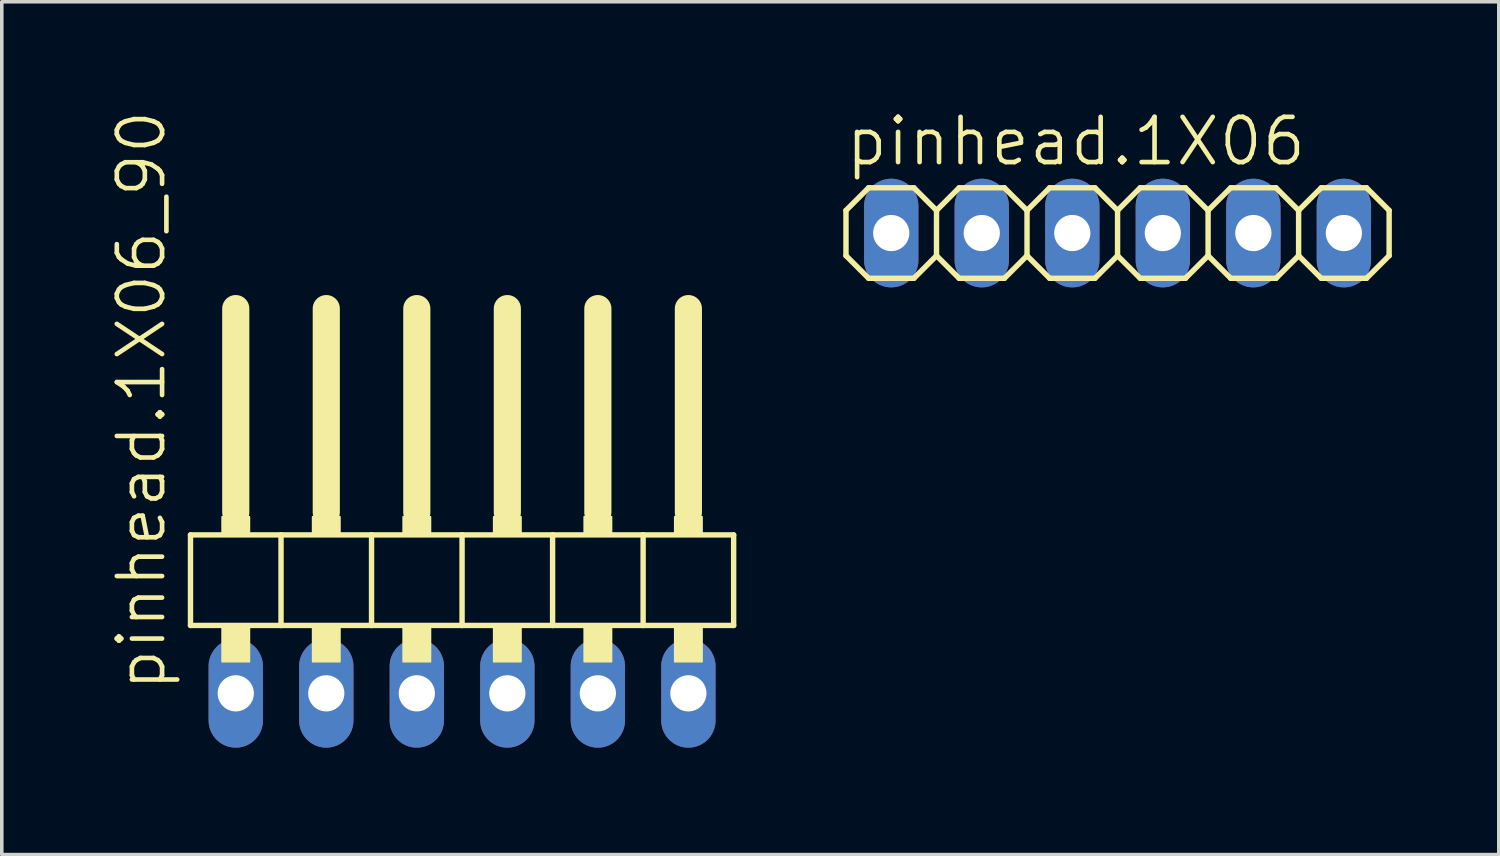
<source format=kicad_pcb>
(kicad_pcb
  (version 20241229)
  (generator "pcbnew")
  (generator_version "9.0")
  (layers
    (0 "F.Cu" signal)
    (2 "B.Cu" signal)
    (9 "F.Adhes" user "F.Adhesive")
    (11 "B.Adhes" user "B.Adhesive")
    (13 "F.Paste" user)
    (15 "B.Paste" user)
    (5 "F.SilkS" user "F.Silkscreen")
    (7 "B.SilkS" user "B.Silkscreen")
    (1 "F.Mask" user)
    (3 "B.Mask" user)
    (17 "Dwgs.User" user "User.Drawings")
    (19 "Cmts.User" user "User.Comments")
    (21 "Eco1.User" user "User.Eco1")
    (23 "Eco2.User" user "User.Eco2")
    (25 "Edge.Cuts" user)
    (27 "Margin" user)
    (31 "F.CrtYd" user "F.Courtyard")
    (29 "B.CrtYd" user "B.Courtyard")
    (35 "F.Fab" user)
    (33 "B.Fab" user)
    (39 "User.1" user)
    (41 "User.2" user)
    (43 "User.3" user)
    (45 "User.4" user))
  (footprint "pinhead.1X06_90"
    (layer "F.Cu")
    (at 9.915 12.594)
    (property "Reference" "pinhead.1X06_90" (at -8.255 3.81 90) (layer "F.SilkS") (effects (font (size 1.27 1.27) (thickness 0.13)) (justify left bottom)))
    (attr through_hole)
    (fp_line (start -7.62 -0.635) (end -7.62 1.905) (stroke (width 0.152) (type default)) (layer "F.SilkS"))
    (fp_line (start -7.62 1.905) (end -5.08 1.905) (stroke (width 0.152) (type default)) (layer "F.SilkS"))
    (fp_line (start -6.35 -6.985) (end -6.35 -1.27) (stroke (width 0.762) (type default)) (layer "F.SilkS"))
    (fp_line (start -5.08 -0.635) (end -7.62 -0.635) (stroke (width 0.152) (type default)) (layer "F.SilkS"))
    (fp_line (start -5.08 1.905) (end -5.08 -0.635) (stroke (width 0.152) (type default)) (layer "F.SilkS"))
    (fp_line (start -5.08 1.905) (end -2.54 1.905) (stroke (width 0.152) (type default)) (layer "F.SilkS"))
    (fp_line (start -3.81 -6.985) (end -3.81 -1.27) (stroke (width 0.762) (type default)) (layer "F.SilkS"))
    (fp_line (start -2.54 -0.635) (end -5.08 -0.635) (stroke (width 0.152) (type default)) (layer "F.SilkS"))
    (fp_line (start -2.54 1.905) (end -2.54 -0.635) (stroke (width 0.152) (type default)) (layer "F.SilkS"))
    (fp_line (start -2.54 1.905) (end 0 1.905) (stroke (width 0.152) (type default)) (layer "F.SilkS"))
    (fp_line (start -1.27 -6.985) (end -1.27 -1.27) (stroke (width 0.762) (type default)) (layer "F.SilkS"))
    (fp_line (start 0 -0.635) (end -2.54 -0.635) (stroke (width 0.152) (type default)) (layer "F.SilkS"))
    (fp_line (start 0 1.905) (end 0 -0.635) (stroke (width 0.152) (type default)) (layer "F.SilkS"))
    (fp_line (start 0 1.905) (end 2.54 1.905) (stroke (width 0.152) (type default)) (layer "F.SilkS"))
    (fp_line (start 1.27 -6.985) (end 1.27 -1.27) (stroke (width 0.762) (type default)) (layer "F.SilkS"))
    (fp_line (start 2.54 -0.635) (end 0 -0.635) (stroke (width 0.152) (type default)) (layer "F.SilkS"))
    (fp_line (start 2.54 1.905) (end 2.54 -0.635) (stroke (width 0.152) (type default)) (layer "F.SilkS"))
    (fp_line (start 2.54 1.905) (end 5.08 1.905) (stroke (width 0.152) (type default)) (layer "F.SilkS"))
    (fp_line (start 3.81 -6.985) (end 3.81 -1.27) (stroke (width 0.762) (type default)) (layer "F.SilkS"))
    (fp_line (start 5.08 -0.635) (end 2.54 -0.635) (stroke (width 0.152) (type default)) (layer "F.SilkS"))
    (fp_line (start 5.08 1.905) (end 5.08 -0.635) (stroke (width 0.152) (type default)) (layer "F.SilkS"))
    (fp_line (start 5.08 1.905) (end 7.62 1.905) (stroke (width 0.152) (type default)) (layer "F.SilkS"))
    (fp_line (start 6.35 -6.985) (end 6.35 -1.27) (stroke (width 0.762) (type default)) (layer "F.SilkS"))
    (fp_line (start 7.62 -0.635) (end 5.08 -0.635) (stroke (width 0.152) (type default)) (layer "F.SilkS"))
    (fp_line (start 7.62 1.905) (end 7.62 -0.635) (stroke (width 0.152) (type default)) (layer "F.SilkS"))
    (fp_rect (start -6.731 -0.635) (end -5.969 -1.143) (stroke (width 0.05) (type default)) (fill yes) (layer "F.SilkS"))
    (fp_rect (start -6.731 2.921) (end -5.969 1.905) (stroke (width 0.05) (type default)) (fill yes) (layer "F.SilkS"))
    (fp_rect (start -4.191 -0.635) (end -3.429 -1.143) (stroke (width 0.05) (type default)) (fill yes) (layer "F.SilkS"))
    (fp_rect (start -4.191 2.921) (end -3.429 1.905) (stroke (width 0.05) (type default)) (fill yes) (layer "F.SilkS"))
    (fp_rect (start -1.651 -0.635) (end -0.889 -1.143) (stroke (width 0.05) (type default)) (fill yes) (layer "F.SilkS"))
    (fp_rect (start -1.651 2.921) (end -0.889 1.905) (stroke (width 0.05) (type default)) (fill yes) (layer "F.SilkS"))
    (fp_rect (start 0.889 -0.635) (end 1.651 -1.143) (stroke (width 0.05) (type default)) (fill yes) (layer "F.SilkS"))
    (fp_rect (start 0.889 2.921) (end 1.651 1.905) (stroke (width 0.05) (type default)) (fill yes) (layer "F.SilkS"))
    (fp_rect (start 3.429 -0.635) (end 4.191 -1.143) (stroke (width 0.05) (type default)) (fill yes) (layer "F.SilkS"))
    (fp_rect (start 3.429 2.921) (end 4.191 1.905) (stroke (width 0.05) (type default)) (fill yes) (layer "F.SilkS"))
    (fp_rect (start 5.969 -0.635) (end 6.731 -1.143) (stroke (width 0.05) (type default)) (fill yes) (layer "F.SilkS"))
    (fp_rect (start 5.969 2.921) (end 6.731 1.905) (stroke (width 0.05) (type default)) (fill yes) (layer "F.SilkS"))
    (pad "1" thru_hole oval (at -6.35 3.81 90) (size 3.048 1.524) (drill 1.016) (layers "*.Cu" "*.Mask"))
    (pad "2" thru_hole oval (at -3.81 3.81 90) (size 3.048 1.524) (drill 1.016) (layers "*.Cu" "*.Mask"))
    (pad "3" thru_hole oval (at -1.27 3.81 90) (size 3.048 1.524) (drill 1.016) (layers "*.Cu" "*.Mask"))
    (pad "4" thru_hole oval (at 1.27 3.81 90) (size 3.048 1.524) (drill 1.016) (layers "*.Cu" "*.Mask"))
    (pad "5" thru_hole oval (at 3.81 3.81 90) (size 3.048 1.524) (drill 1.016) (layers "*.Cu" "*.Mask"))
    (pad "6" thru_hole oval (at 6.35 3.81 90) (size 3.048 1.524) (drill 1.016) (layers "*.Cu" "*.Mask")))
  (footprint "pinhead.1X06"
    (layer "F.Cu")
    (at 28.307 3.489)
    (property "Reference" "pinhead.1X06" (at -7.696 -1.829 0) (layer "F.SilkS") (effects (font (size 1.27 1.27) (thickness 0.13)) (justify left bottom)))
    (attr through_hole)
    (fp_line (start -7.62 -0.635) (end -7.62 0.635) (stroke (width 0.152) (type default)) (layer "F.SilkS"))
    (fp_line (start -7.62 0.635) (end -6.985 1.27) (stroke (width 0.152) (type default)) (layer "F.SilkS"))
    (fp_line (start -6.985 -1.27) (end -7.62 -0.635) (stroke (width 0.152) (type default)) (layer "F.SilkS"))
    (fp_line (start -6.985 -1.27) (end -5.715 -1.27) (stroke (width 0.152) (type default)) (layer "F.SilkS"))
    (fp_line (start -5.715 -1.27) (end -5.08 -0.635) (stroke (width 0.152) (type default)) (layer "F.SilkS"))
    (fp_line (start -5.715 1.27) (end -6.985 1.27) (stroke (width 0.152) (type default)) (layer "F.SilkS"))
    (fp_line (start -5.08 -0.635) (end -5.08 0.635) (stroke (width 0.152) (type default)) (layer "F.SilkS"))
    (fp_line (start -5.08 -0.635) (end -4.445 -1.27) (stroke (width 0.152) (type default)) (layer "F.SilkS"))
    (fp_line (start -5.08 0.635) (end -5.715 1.27) (stroke (width 0.152) (type default)) (layer "F.SilkS"))
    (fp_line (start -4.445 -1.27) (end -3.175 -1.27) (stroke (width 0.152) (type default)) (layer "F.SilkS"))
    (fp_line (start -4.445 1.27) (end -5.08 0.635) (stroke (width 0.152) (type default)) (layer "F.SilkS"))
    (fp_line (start -3.175 -1.27) (end -2.54 -0.635) (stroke (width 0.152) (type default)) (layer "F.SilkS"))
    (fp_line (start -3.175 1.27) (end -4.445 1.27) (stroke (width 0.152) (type default)) (layer "F.SilkS"))
    (fp_line (start -2.54 -0.635) (end -2.54 0.635) (stroke (width 0.152) (type default)) (layer "F.SilkS"))
    (fp_line (start -2.54 -0.635) (end -1.905 -1.27) (stroke (width 0.152) (type default)) (layer "F.SilkS"))
    (fp_line (start -2.54 0.635) (end -3.175 1.27) (stroke (width 0.152) (type default)) (layer "F.SilkS"))
    (fp_line (start -1.905 -1.27) (end -0.635 -1.27) (stroke (width 0.152) (type default)) (layer "F.SilkS"))
    (fp_line (start -1.905 1.27) (end -2.54 0.635) (stroke (width 0.152) (type default)) (layer "F.SilkS"))
    (fp_line (start -0.635 -1.27) (end 0 -0.635) (stroke (width 0.152) (type default)) (layer "F.SilkS"))
    (fp_line (start -0.635 1.27) (end -1.905 1.27) (stroke (width 0.152) (type default)) (layer "F.SilkS"))
    (fp_line (start 0 -0.635) (end 0 0.635) (stroke (width 0.152) (type default)) (layer "F.SilkS"))
    (fp_line (start 0 0.635) (end -0.635 1.27) (stroke (width 0.152) (type default)) (layer "F.SilkS"))
    (fp_line (start 0 0.635) (end 0.635 1.27) (stroke (width 0.152) (type default)) (layer "F.SilkS"))
    (fp_line (start 0.635 -1.27) (end 0 -0.635) (stroke (width 0.152) (type default)) (layer "F.SilkS"))
    (fp_line (start 0.635 -1.27) (end 1.905 -1.27) (stroke (width 0.152) (type default)) (layer "F.SilkS"))
    (fp_line (start 1.905 -1.27) (end 2.54 -0.635) (stroke (width 0.152) (type default)) (layer "F.SilkS"))
    (fp_line (start 1.905 1.27) (end 0.635 1.27) (stroke (width 0.152) (type default)) (layer "F.SilkS"))
    (fp_line (start 2.54 -0.635) (end 2.54 0.635) (stroke (width 0.152) (type default)) (layer "F.SilkS"))
    (fp_line (start 2.54 -0.635) (end 3.175 -1.27) (stroke (width 0.152) (type default)) (layer "F.SilkS"))
    (fp_line (start 2.54 0.635) (end 1.905 1.27) (stroke (width 0.152) (type default)) (layer "F.SilkS"))
    (fp_line (start 3.175 -1.27) (end 4.445 -1.27) (stroke (width 0.152) (type default)) (layer "F.SilkS"))
    (fp_line (start 3.175 1.27) (end 2.54 0.635) (stroke (width 0.152) (type default)) (layer "F.SilkS"))
    (fp_line (start 4.445 -1.27) (end 5.08 -0.635) (stroke (width 0.152) (type default)) (layer "F.SilkS"))
    (fp_line (start 4.445 1.27) (end 3.175 1.27) (stroke (width 0.152) (type default)) (layer "F.SilkS"))
    (fp_line (start 5.08 -0.635) (end 5.08 0.635) (stroke (width 0.152) (type default)) (layer "F.SilkS"))
    (fp_line (start 5.08 0.635) (end 4.445 1.27) (stroke (width 0.152) (type default)) (layer "F.SilkS"))
    (fp_line (start 5.08 0.635) (end 5.715 1.27) (stroke (width 0.152) (type default)) (layer "F.SilkS"))
    (fp_line (start 5.715 -1.27) (end 5.08 -0.635) (stroke (width 0.152) (type default)) (layer "F.SilkS"))
    (fp_line (start 5.715 -1.27) (end 6.985 -1.27) (stroke (width 0.152) (type default)) (layer "F.SilkS"))
    (fp_line (start 6.985 -1.27) (end 7.62 -0.635) (stroke (width 0.152) (type default)) (layer "F.SilkS"))
    (fp_line (start 6.985 1.27) (end 5.715 1.27) (stroke (width 0.152) (type default)) (layer "F.SilkS"))
    (fp_line (start 7.62 -0.635) (end 7.62 0.635) (stroke (width 0.152) (type default)) (layer "F.SilkS"))
    (fp_line (start 7.62 0.635) (end 6.985 1.27) (stroke (width 0.152) (type default)) (layer "F.SilkS"))
    (fp_rect (start -6.604 0.254) (end -6.096 -0.254) (stroke (width 0.05) (type default)) (fill no) (layer "F.Fab"))
    (fp_rect (start -4.064 0.254) (end -3.556 -0.254) (stroke (width 0.05) (type default)) (fill no) (layer "F.Fab"))
    (fp_rect (start -1.524 0.254) (end -1.016 -0.254) (stroke (width 0.05) (type default)) (fill no) (layer "F.Fab"))
    (fp_rect (start 1.016 0.254) (end 1.524 -0.254) (stroke (width 0.05) (type default)) (fill no) (layer "F.Fab"))
    (fp_rect (start 3.556 0.254) (end 4.064 -0.254) (stroke (width 0.05) (type default)) (fill no) (layer "F.Fab"))
    (fp_rect (start 6.096 0.254) (end 6.604 -0.254) (stroke (width 0.05) (type default)) (fill no) (layer "F.Fab"))
    (pad "1" thru_hole oval (at -6.35 0 90) (size 3.048 1.524) (drill 1.016) (layers "*.Cu" "*.Mask"))
    (pad "2" thru_hole oval (at -3.81 0 90) (size 3.048 1.524) (drill 1.016) (layers "*.Cu" "*.Mask"))
    (pad "3" thru_hole oval (at -1.27 0 90) (size 3.048 1.524) (drill 1.016) (layers "*.Cu" "*.Mask"))
    (pad "4" thru_hole oval (at 1.27 0 90) (size 3.048 1.524) (drill 1.016) (layers "*.Cu" "*.Mask"))
    (pad "5" thru_hole oval (at 3.81 0 90) (size 3.048 1.524) (drill 1.016) (layers "*.Cu" "*.Mask"))
    (pad "6" thru_hole oval (at 6.35 0 90) (size 3.048 1.524) (drill 1.016) (layers "*.Cu" "*.Mask")))
  (gr_rect
    (start -3 -3)
    (end 39.004 20.928)
    (stroke (width 0.1) (type default))
    (fill no)
    (layer "Edge.Cuts")))
</source>
